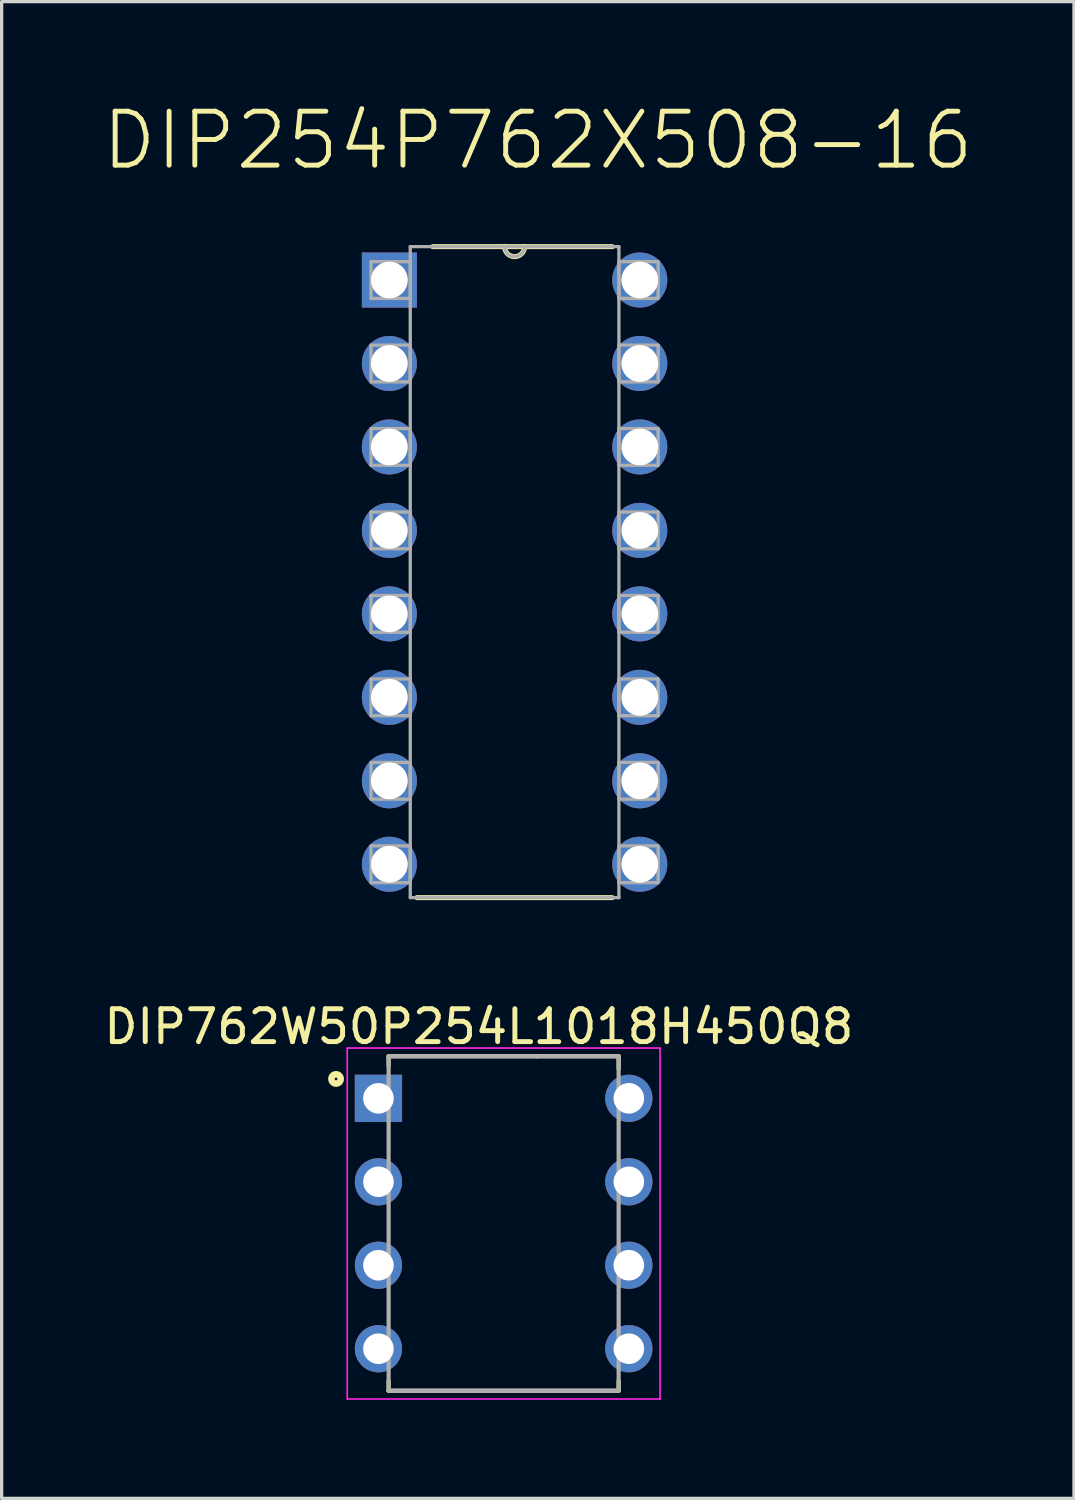
<source format=kicad_pcb>
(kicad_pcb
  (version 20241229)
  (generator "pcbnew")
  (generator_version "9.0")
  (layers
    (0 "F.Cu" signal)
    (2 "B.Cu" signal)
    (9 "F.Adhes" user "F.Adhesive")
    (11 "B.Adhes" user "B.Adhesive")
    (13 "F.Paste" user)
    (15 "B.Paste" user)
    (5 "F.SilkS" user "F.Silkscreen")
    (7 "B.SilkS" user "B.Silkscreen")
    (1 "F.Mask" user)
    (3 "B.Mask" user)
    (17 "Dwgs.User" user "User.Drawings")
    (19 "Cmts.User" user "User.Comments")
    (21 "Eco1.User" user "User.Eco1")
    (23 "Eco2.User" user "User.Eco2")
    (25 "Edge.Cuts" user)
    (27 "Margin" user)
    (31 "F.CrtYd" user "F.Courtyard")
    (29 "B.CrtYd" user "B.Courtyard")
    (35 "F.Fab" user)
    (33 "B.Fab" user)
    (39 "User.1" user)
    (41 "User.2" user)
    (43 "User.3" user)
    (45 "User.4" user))
  (footprint "DIP762W50P254L1018H450Q8"
    (layer "F.Cu")
    (at 12.277 34.185)
    (property "Reference" "DIP762W50P254L1018H450Q8" (at -0.754 -5.991 0) (layer "F.SilkS") (effects (font (size 1.001 1.001) (thickness 0.15))))
    (attr through_hole)
    (fp_line (start -3.5 -5.09) (end 1.016 -5.09) (stroke (width 0.127) (type solid)) (layer "F.SilkS"))
    (fp_line (start -3.5 -4.8) (end -3.5 -5.09) (stroke (width 0.127) (type solid)) (layer "F.SilkS"))
    (fp_line (start -3.5 4.8) (end -3.5 5.09) (stroke (width 0.127) (type solid)) (layer "F.SilkS"))
    (fp_line (start -3.5 5.09) (end 3.5 5.09) (stroke (width 0.127) (type solid)) (layer "F.SilkS"))
    (fp_line (start 1.016 -5.09) (end 3.5 -5.09) (stroke (width 0.127) (type solid)) (layer "F.SilkS"))
    (fp_line (start 3.5 -5.09) (end 3.5 -4.7) (stroke (width 0.127) (type solid)) (layer "F.SilkS"))
    (fp_line (start 3.5 5.09) (end 3.5 4.8) (stroke (width 0.127) (type solid)) (layer "F.SilkS"))
    (fp_circle (center -5.1 -4.4) (end -4.959 -4.4) (stroke (width 0.2) (type solid)) (fill no) (layer "F.SilkS"))
    (fp_line (start -4.76 -5.34) (end 4.76 -5.34) (stroke (width 0.05) (type solid)) (layer "F.CrtYd"))
    (fp_line (start -4.76 5.34) (end -4.76 -5.34) (stroke (width 0.05) (type solid)) (layer "F.CrtYd"))
    (fp_line (start 4.76 -5.34) (end 4.76 5.34) (stroke (width 0.05) (type solid)) (layer "F.CrtYd"))
    (fp_line (start 4.76 5.34) (end -4.76 5.34) (stroke (width 0.05) (type solid)) (layer "F.CrtYd"))
    (fp_line (start -3.5 -5.09) (end -3.5 5.09) (stroke (width 0.127) (type solid)) (layer "F.Fab"))
    (fp_line (start -3.5 -5.09) (end 3.5 -5.09) (stroke (width 0.127) (type solid)) (layer "F.Fab"))
    (fp_line (start 3.5 5.09) (end -3.5 5.09) (stroke (width 0.127) (type solid)) (layer "F.Fab"))
    (fp_line (start 3.5 5.09) (end 3.5 -5.09) (stroke (width 0.127) (type solid)) (layer "F.Fab"))
    (pad "1" thru_hole rect (at -3.81 -3.81) (size 1.438 1.438) (drill 0.93) (layers "*.Cu" "*.Mask"))
    (pad "2" thru_hole circle (at -3.81 -1.27) (size 1.438 1.438) (drill 0.93) (layers "*.Cu" "*.Mask"))
    (pad "3" thru_hole circle (at -3.81 1.27) (size 1.438 1.438) (drill 0.93) (layers "*.Cu" "*.Mask"))
    (pad "4" thru_hole circle (at -3.81 3.81) (size 1.438 1.438) (drill 0.93) (layers "*.Cu" "*.Mask"))
    (pad "5" thru_hole circle (at 3.81 3.81) (size 1.438 1.438) (drill 0.93) (layers "*.Cu" "*.Mask"))
    (pad "6" thru_hole circle (at 3.81 1.27) (size 1.438 1.438) (drill 0.93) (layers "*.Cu" "*.Mask"))
    (pad "7" thru_hole circle (at 3.81 -1.27) (size 1.438 1.438) (drill 0.93) (layers "*.Cu" "*.Mask"))
    (pad "8" thru_hole circle (at 3.81 -3.81) (size 1.438 1.438) (drill 0.93) (layers "*.Cu" "*.Mask")))
  (footprint "DIP254P762X508-16"
    (layer "F.Cu")
    (at 16.42 23.252)
    (property "Reference" "DIP254P762X508-16" (at -3.103 -22.028 0) (layer "F.SilkS") (effects (font (size 1.642 1.642) (thickness 0.15))))
    (attr through_hole)
    (fp_line (start -6.782 1.016) (end -0.838 1.016) (stroke (width 0.152) (type solid)) (layer "F.SilkS"))
    (fp_line (start -4.115 -18.796) (end -6.299 -18.796) (stroke (width 0.152) (type solid)) (layer "F.SilkS"))
    (fp_line (start -3.505 -18.796) (end -4.115 -18.796) (stroke (width 0.152) (type solid)) (layer "F.SilkS"))
    (fp_line (start -0.838 -18.796) (end -3.505 -18.796) (stroke (width 0.152) (type solid)) (layer "F.SilkS"))
    (fp_arc (start -3.5052 -18.796) (mid -3.81 -18.4912) (end -4.1148 -18.796) (stroke (width 0.1524) (type solid)) (layer "F.SilkS"))
    (fp_line (start -8.179 -18.339) (end -8.179 -17.221) (stroke (width 0.1) (type solid)) (layer "F.Fab"))
    (fp_line (start -8.179 -17.221) (end -6.985 -17.221) (stroke (width 0.1) (type solid)) (layer "F.Fab"))
    (fp_line (start -8.179 -15.799) (end -8.179 -14.681) (stroke (width 0.1) (type solid)) (layer "F.Fab"))
    (fp_line (start -8.179 -14.681) (end -6.985 -14.681) (stroke (width 0.1) (type solid)) (layer "F.Fab"))
    (fp_line (start -8.179 -13.259) (end -8.179 -12.141) (stroke (width 0.1) (type solid)) (layer "F.Fab"))
    (fp_line (start -8.179 -12.141) (end -6.985 -12.141) (stroke (width 0.1) (type solid)) (layer "F.Fab"))
    (fp_line (start -8.179 -10.719) (end -8.179 -9.601) (stroke (width 0.1) (type solid)) (layer "F.Fab"))
    (fp_line (start -8.179 -9.601) (end -6.985 -9.601) (stroke (width 0.1) (type solid)) (layer "F.Fab"))
    (fp_line (start -8.179 -8.179) (end -8.179 -7.061) (stroke (width 0.1) (type solid)) (layer "F.Fab"))
    (fp_line (start -8.179 -7.061) (end -6.985 -7.061) (stroke (width 0.1) (type solid)) (layer "F.Fab"))
    (fp_line (start -8.179 -5.639) (end -8.179 -4.521) (stroke (width 0.1) (type solid)) (layer "F.Fab"))
    (fp_line (start -8.179 -4.521) (end -6.985 -4.521) (stroke (width 0.1) (type solid)) (layer "F.Fab"))
    (fp_line (start -8.179 -3.099) (end -8.179 -1.981) (stroke (width 0.1) (type solid)) (layer "F.Fab"))
    (fp_line (start -8.179 -1.981) (end -6.985 -1.981) (stroke (width 0.1) (type solid)) (layer "F.Fab"))
    (fp_line (start -8.179 -0.559) (end -8.179 0.559) (stroke (width 0.1) (type solid)) (layer "F.Fab"))
    (fp_line (start -8.179 0.559) (end -6.985 0.559) (stroke (width 0.1) (type solid)) (layer "F.Fab"))
    (fp_line (start -6.985 -18.796) (end -6.985 1.016) (stroke (width 0.1) (type solid)) (layer "F.Fab"))
    (fp_line (start -6.985 -18.339) (end -8.179 -18.339) (stroke (width 0.1) (type solid)) (layer "F.Fab"))
    (fp_line (start -6.985 -17.221) (end -6.985 -18.339) (stroke (width 0.1) (type solid)) (layer "F.Fab"))
    (fp_line (start -6.985 -15.799) (end -8.179 -15.799) (stroke (width 0.1) (type solid)) (layer "F.Fab"))
    (fp_line (start -6.985 -14.681) (end -6.985 -15.799) (stroke (width 0.1) (type solid)) (layer "F.Fab"))
    (fp_line (start -6.985 -13.259) (end -8.179 -13.259) (stroke (width 0.1) (type solid)) (layer "F.Fab"))
    (fp_line (start -6.985 -12.141) (end -6.985 -13.259) (stroke (width 0.1) (type solid)) (layer "F.Fab"))
    (fp_line (start -6.985 -10.719) (end -8.179 -10.719) (stroke (width 0.1) (type solid)) (layer "F.Fab"))
    (fp_line (start -6.985 -9.601) (end -6.985 -10.719) (stroke (width 0.1) (type solid)) (layer "F.Fab"))
    (fp_line (start -6.985 -8.179) (end -8.179 -8.179) (stroke (width 0.1) (type solid)) (layer "F.Fab"))
    (fp_line (start -6.985 -7.061) (end -6.985 -8.179) (stroke (width 0.1) (type solid)) (layer "F.Fab"))
    (fp_line (start -6.985 -5.639) (end -8.179 -5.639) (stroke (width 0.1) (type solid)) (layer "F.Fab"))
    (fp_line (start -6.985 -4.521) (end -6.985 -5.639) (stroke (width 0.1) (type solid)) (layer "F.Fab"))
    (fp_line (start -6.985 -3.099) (end -8.179 -3.099) (stroke (width 0.1) (type solid)) (layer "F.Fab"))
    (fp_line (start -6.985 -1.981) (end -6.985 -3.099) (stroke (width 0.1) (type solid)) (layer "F.Fab"))
    (fp_line (start -6.985 -0.559) (end -8.179 -0.559) (stroke (width 0.1) (type solid)) (layer "F.Fab"))
    (fp_line (start -6.985 0.559) (end -6.985 -0.559) (stroke (width 0.1) (type solid)) (layer "F.Fab"))
    (fp_line (start -6.985 1.016) (end -0.635 1.016) (stroke (width 0.1) (type solid)) (layer "F.Fab"))
    (fp_line (start -4.115 -18.796) (end -6.985 -18.796) (stroke (width 0.1) (type solid)) (layer "F.Fab"))
    (fp_line (start -3.505 -18.796) (end -4.115 -18.796) (stroke (width 0.1) (type solid)) (layer "F.Fab"))
    (fp_line (start -0.635 -18.796) (end -3.505 -18.796) (stroke (width 0.1) (type solid)) (layer "F.Fab"))
    (fp_line (start -0.635 -18.339) (end -0.635 -17.221) (stroke (width 0.1) (type solid)) (layer "F.Fab"))
    (fp_line (start -0.635 -17.221) (end 0.559 -17.221) (stroke (width 0.1) (type solid)) (layer "F.Fab"))
    (fp_line (start -0.635 -15.799) (end -0.635 -14.681) (stroke (width 0.1) (type solid)) (layer "F.Fab"))
    (fp_line (start -0.635 -14.681) (end 0.559 -14.681) (stroke (width 0.1) (type solid)) (layer "F.Fab"))
    (fp_line (start -0.635 -13.259) (end -0.635 -12.141) (stroke (width 0.1) (type solid)) (layer "F.Fab"))
    (fp_line (start -0.635 -12.141) (end 0.559 -12.141) (stroke (width 0.1) (type solid)) (layer "F.Fab"))
    (fp_line (start -0.635 -10.719) (end -0.635 -9.601) (stroke (width 0.1) (type solid)) (layer "F.Fab"))
    (fp_line (start -0.635 -9.601) (end 0.559 -9.601) (stroke (width 0.1) (type solid)) (layer "F.Fab"))
    (fp_line (start -0.635 -8.179) (end -0.635 -7.061) (stroke (width 0.1) (type solid)) (layer "F.Fab"))
    (fp_line (start -0.635 -7.061) (end 0.559 -7.061) (stroke (width 0.1) (type solid)) (layer "F.Fab"))
    (fp_line (start -0.635 -5.639) (end -0.635 -4.521) (stroke (width 0.1) (type solid)) (layer "F.Fab"))
    (fp_line (start -0.635 -4.521) (end 0.559 -4.521) (stroke (width 0.1) (type solid)) (layer "F.Fab"))
    (fp_line (start -0.635 -3.099) (end -0.635 -1.981) (stroke (width 0.1) (type solid)) (layer "F.Fab"))
    (fp_line (start -0.635 -1.981) (end 0.559 -1.981) (stroke (width 0.1) (type solid)) (layer "F.Fab"))
    (fp_line (start -0.635 -0.559) (end -0.635 0.559) (stroke (width 0.1) (type solid)) (layer "F.Fab"))
    (fp_line (start -0.635 0.559) (end 0.559 0.559) (stroke (width 0.1) (type solid)) (layer "F.Fab"))
    (fp_line (start -0.635 1.016) (end -0.635 -18.796) (stroke (width 0.1) (type solid)) (layer "F.Fab"))
    (fp_line (start 0.559 -18.339) (end -0.635 -18.339) (stroke (width 0.1) (type solid)) (layer "F.Fab"))
    (fp_line (start 0.559 -17.221) (end 0.559 -18.339) (stroke (width 0.1) (type solid)) (layer "F.Fab"))
    (fp_line (start 0.559 -15.799) (end -0.635 -15.799) (stroke (width 0.1) (type solid)) (layer "F.Fab"))
    (fp_line (start 0.559 -14.681) (end 0.559 -15.799) (stroke (width 0.1) (type solid)) (layer "F.Fab"))
    (fp_line (start 0.559 -13.259) (end -0.635 -13.259) (stroke (width 0.1) (type solid)) (layer "F.Fab"))
    (fp_line (start 0.559 -12.141) (end 0.559 -13.259) (stroke (width 0.1) (type solid)) (layer "F.Fab"))
    (fp_line (start 0.559 -10.719) (end -0.635 -10.719) (stroke (width 0.1) (type solid)) (layer "F.Fab"))
    (fp_line (start 0.559 -9.601) (end 0.559 -10.719) (stroke (width 0.1) (type solid)) (layer "F.Fab"))
    (fp_line (start 0.559 -8.179) (end -0.635 -8.179) (stroke (width 0.1) (type solid)) (layer "F.Fab"))
    (fp_line (start 0.559 -7.061) (end 0.559 -8.179) (stroke (width 0.1) (type solid)) (layer "F.Fab"))
    (fp_line (start 0.559 -5.639) (end -0.635 -5.639) (stroke (width 0.1) (type solid)) (layer "F.Fab"))
    (fp_line (start 0.559 -4.521) (end 0.559 -5.639) (stroke (width 0.1) (type solid)) (layer "F.Fab"))
    (fp_line (start 0.559 -3.099) (end -0.635 -3.099) (stroke (width 0.1) (type solid)) (layer "F.Fab"))
    (fp_line (start 0.559 -1.981) (end 0.559 -3.099) (stroke (width 0.1) (type solid)) (layer "F.Fab"))
    (fp_line (start 0.559 -0.559) (end -0.635 -0.559) (stroke (width 0.1) (type solid)) (layer "F.Fab"))
    (fp_line (start 0.559 0.559) (end 0.559 -0.559) (stroke (width 0.1) (type solid)) (layer "F.Fab"))
    (fp_arc (start -3.5052 -18.796) (mid -3.81 -18.4912) (end -4.1148 -18.796) (stroke (width 0.1) (type solid)) (layer "F.Fab"))
    (pad "1" thru_hole rect (at -7.62 -17.78) (size 1.676 1.676) (drill 1.118) (layers "*.Cu" "*.Mask"))
    (pad "2" thru_hole circle (at -7.62 -15.24) (size 1.676 1.676) (drill 1.118) (layers "*.Cu" "*.Mask"))
    (pad "3" thru_hole circle (at -7.62 -12.7) (size 1.676 1.676) (drill 1.118) (layers "*.Cu" "*.Mask"))
    (pad "4" thru_hole circle (at -7.62 -10.16) (size 1.676 1.676) (drill 1.118) (layers "*.Cu" "*.Mask"))
    (pad "5" thru_hole circle (at -7.62 -7.62) (size 1.676 1.676) (drill 1.118) (layers "*.Cu" "*.Mask"))
    (pad "6" thru_hole circle (at -7.62 -5.08) (size 1.676 1.676) (drill 1.118) (layers "*.Cu" "*.Mask"))
    (pad "7" thru_hole circle (at -7.62 -2.54) (size 1.676 1.676) (drill 1.118) (layers "*.Cu" "*.Mask"))
    (pad "8" thru_hole circle (at -7.62 0) (size 1.676 1.676) (drill 1.118) (layers "*.Cu" "*.Mask"))
    (pad "9" thru_hole circle (at 0 0) (size 1.676 1.676) (drill 1.118) (layers "*.Cu" "*.Mask"))
    (pad "10" thru_hole circle (at 0 -2.54) (size 1.676 1.676) (drill 1.118) (layers "*.Cu" "*.Mask"))
    (pad "11" thru_hole circle (at 0 -5.08) (size 1.676 1.676) (drill 1.118) (layers "*.Cu" "*.Mask"))
    (pad "12" thru_hole circle (at 0 -7.62) (size 1.676 1.676) (drill 1.118) (layers "*.Cu" "*.Mask"))
    (pad "13" thru_hole circle (at 0 -10.16) (size 1.676 1.676) (drill 1.118) (layers "*.Cu" "*.Mask"))
    (pad "14" thru_hole circle (at 0 -12.7) (size 1.676 1.676) (drill 1.118) (layers "*.Cu" "*.Mask"))
    (pad "15" thru_hole circle (at 0 -15.24) (size 1.676 1.676) (drill 1.118) (layers "*.Cu" "*.Mask"))
    (pad "16" thru_hole circle (at 0 -17.78) (size 1.676 1.676) (drill 1.118) (layers "*.Cu" "*.Mask")))
  (gr_rect
    (start -3 -3)
    (end 29.634 42.55)
    (stroke (width 0.1) (type default))
    (fill no)
    (layer "Edge.Cuts")))
</source>
